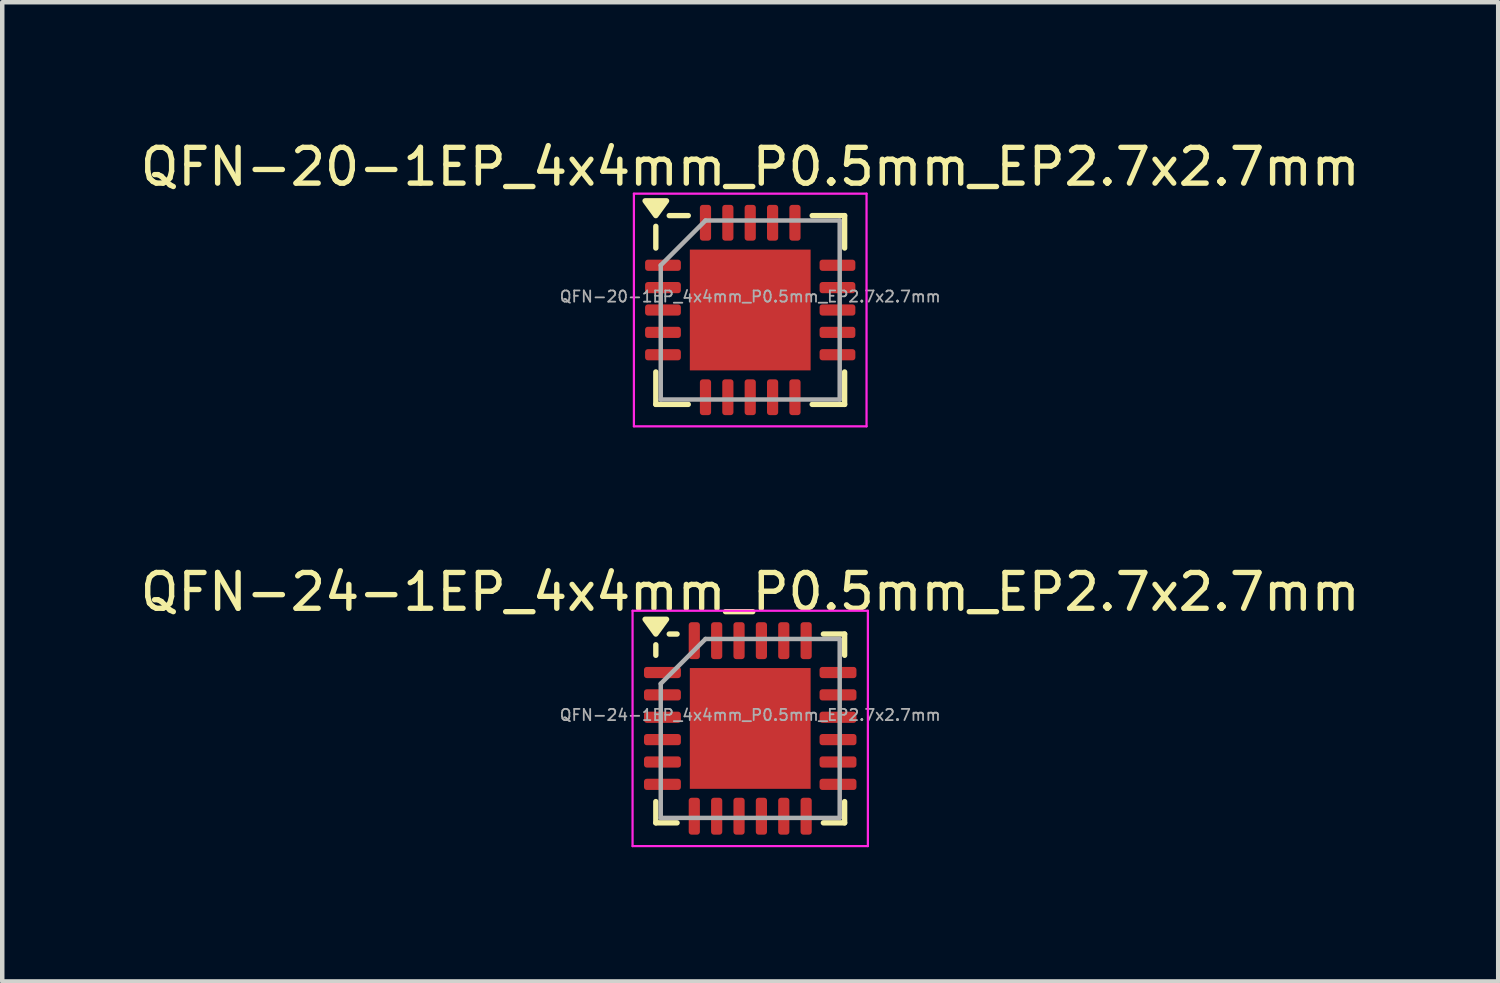
<source format=kicad_pcb>
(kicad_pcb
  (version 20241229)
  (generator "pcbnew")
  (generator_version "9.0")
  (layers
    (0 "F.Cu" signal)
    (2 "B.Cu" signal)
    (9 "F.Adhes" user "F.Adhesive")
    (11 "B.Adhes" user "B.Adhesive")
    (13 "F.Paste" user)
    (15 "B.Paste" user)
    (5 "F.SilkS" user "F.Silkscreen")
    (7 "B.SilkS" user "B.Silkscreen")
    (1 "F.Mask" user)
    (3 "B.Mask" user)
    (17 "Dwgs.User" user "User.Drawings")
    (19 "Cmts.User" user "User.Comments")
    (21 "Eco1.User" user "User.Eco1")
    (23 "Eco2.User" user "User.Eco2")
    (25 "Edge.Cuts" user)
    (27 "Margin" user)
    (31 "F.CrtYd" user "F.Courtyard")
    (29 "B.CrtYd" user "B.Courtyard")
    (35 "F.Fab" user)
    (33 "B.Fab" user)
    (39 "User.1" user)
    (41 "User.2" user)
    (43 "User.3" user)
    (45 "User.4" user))
  (footprint "QFN-24-1EP_4x4mm_P0.5mm_EP2.7x2.7mm"
    (layer "F.Cu")
    (at 13.719 13.232)
    (property "Reference" "QFN-24-1EP_4x4mm_P0.5mm_EP2.7x2.7mm" (at 0 -3.05 0) (layer "F.SilkS") (effects (font (size 0.8 0.8) (thickness 0.12))))
    (attr smd)
    (fp_line (start -2.11 -1.635) (end -2.11 -1.87) (stroke (width 0.12) (type solid)) (layer "F.SilkS"))
    (fp_line (start -2.11 2.11) (end -2.11 1.635) (stroke (width 0.12) (type solid)) (layer "F.SilkS"))
    (fp_line (start -1.635 -2.11) (end -1.81 -2.11) (stroke (width 0.12) (type solid)) (layer "F.SilkS"))
    (fp_line (start -1.635 2.11) (end -2.11 2.11) (stroke (width 0.12) (type solid)) (layer "F.SilkS"))
    (fp_line (start 1.635 -2.11) (end 2.11 -2.11) (stroke (width 0.12) (type solid)) (layer "F.SilkS"))
    (fp_line (start 1.635 2.11) (end 2.11 2.11) (stroke (width 0.12) (type solid)) (layer "F.SilkS"))
    (fp_line (start 2.11 -2.11) (end 2.11 -1.635) (stroke (width 0.12) (type solid)) (layer "F.SilkS"))
    (fp_line (start 2.11 2.11) (end 2.11 1.635) (stroke (width 0.12) (type solid)) (layer "F.SilkS"))
    (fp_poly (pts (xy -2.11 -2.11) (xy -2.35 -2.44) (xy -1.87 -2.44) (xy -2.11 -2.11)) (stroke (width 0.12) (type solid)) (fill yes) (layer "F.SilkS"))
    (fp_line (start -2.63 -2.63) (end -2.63 2.63) (stroke (width 0.05) (type solid)) (layer "F.CrtYd"))
    (fp_line (start -2.63 2.63) (end 2.63 2.63) (stroke (width 0.05) (type solid)) (layer "F.CrtYd"))
    (fp_line (start 2.63 -2.63) (end -2.63 -2.63) (stroke (width 0.05) (type solid)) (layer "F.CrtYd"))
    (fp_line (start 2.63 2.63) (end 2.63 -2.63) (stroke (width 0.05) (type solid)) (layer "F.CrtYd"))
    (fp_line (start -2 -1) (end -1 -2) (stroke (width 0.1) (type solid)) (layer "F.Fab"))
    (fp_line (start -2 2) (end -2 -1) (stroke (width 0.1) (type solid)) (layer "F.Fab"))
    (fp_line (start -1 -2) (end 2 -2) (stroke (width 0.1) (type solid)) (layer "F.Fab"))
    (fp_line (start 2 -2) (end 2 2) (stroke (width 0.1) (type solid)) (layer "F.Fab"))
    (fp_line (start 2 2) (end -2 2) (stroke (width 0.1) (type solid)) (layer "F.Fab"))
    (fp_text user "${REFERENCE}" (at 0 -0.3 0) (layer "F.Fab") (effects (font (size 0.25 0.25) (thickness 0.04))))
    (pad "" smd roundrect (at -0.675 -0.675) (size 1.09 1.09) (layers "F.Paste") (roundrect_rratio 0.229))
    (pad "" smd roundrect (at -0.675 0.675) (size 1.09 1.09) (layers "F.Paste") (roundrect_rratio 0.229))
    (pad "" smd roundrect (at 0.675 -0.675) (size 1.09 1.09) (layers "F.Paste") (roundrect_rratio 0.229))
    (pad "" smd roundrect (at 0.675 0.675) (size 1.09 1.09) (layers "F.Paste") (roundrect_rratio 0.229))
    (pad "1" smd roundrect (at -1.962 -1.25) (size 0.825 0.25) (layers "F.Cu" "F.Mask" "F.Paste") (roundrect_rratio 0.25))
    (pad "2" smd roundrect (at -1.962 -0.75) (size 0.825 0.25) (layers "F.Cu" "F.Mask" "F.Paste") (roundrect_rratio 0.25))
    (pad "3" smd roundrect (at -1.962 -0.25) (size 0.825 0.25) (layers "F.Cu" "F.Mask" "F.Paste") (roundrect_rratio 0.25))
    (pad "4" smd roundrect (at -1.962 0.25) (size 0.825 0.25) (layers "F.Cu" "F.Mask" "F.Paste") (roundrect_rratio 0.25))
    (pad "5" smd roundrect (at -1.962 0.75) (size 0.825 0.25) (layers "F.Cu" "F.Mask" "F.Paste") (roundrect_rratio 0.25))
    (pad "6" smd roundrect (at -1.962 1.25) (size 0.825 0.25) (layers "F.Cu" "F.Mask" "F.Paste") (roundrect_rratio 0.25))
    (pad "7" smd roundrect (at -1.25 1.962) (size 0.25 0.825) (layers "F.Cu" "F.Mask" "F.Paste") (roundrect_rratio 0.25))
    (pad "8" smd roundrect (at -0.75 1.962) (size 0.25 0.825) (layers "F.Cu" "F.Mask" "F.Paste") (roundrect_rratio 0.25))
    (pad "9" smd roundrect (at -0.25 1.962) (size 0.25 0.825) (layers "F.Cu" "F.Mask" "F.Paste") (roundrect_rratio 0.25))
    (pad "10" smd roundrect (at 0.25 1.962) (size 0.25 0.825) (layers "F.Cu" "F.Mask" "F.Paste") (roundrect_rratio 0.25))
    (pad "11" smd roundrect (at 0.75 1.962) (size 0.25 0.825) (layers "F.Cu" "F.Mask" "F.Paste") (roundrect_rratio 0.25))
    (pad "12" smd roundrect (at 1.25 1.962) (size 0.25 0.825) (layers "F.Cu" "F.Mask" "F.Paste") (roundrect_rratio 0.25))
    (pad "13" smd roundrect (at 1.962 1.25) (size 0.825 0.25) (layers "F.Cu" "F.Mask" "F.Paste") (roundrect_rratio 0.25))
    (pad "14" smd roundrect (at 1.962 0.75) (size 0.825 0.25) (layers "F.Cu" "F.Mask" "F.Paste") (roundrect_rratio 0.25))
    (pad "15" smd roundrect (at 1.962 0.25) (size 0.825 0.25) (layers "F.Cu" "F.Mask" "F.Paste") (roundrect_rratio 0.25))
    (pad "16" smd roundrect (at 1.962 -0.25) (size 0.825 0.25) (layers "F.Cu" "F.Mask" "F.Paste") (roundrect_rratio 0.25))
    (pad "17" smd roundrect (at 1.962 -0.75) (size 0.825 0.25) (layers "F.Cu" "F.Mask" "F.Paste") (roundrect_rratio 0.25))
    (pad "18" smd roundrect (at 1.962 -1.25) (size 0.825 0.25) (layers "F.Cu" "F.Mask" "F.Paste") (roundrect_rratio 0.25))
    (pad "19" smd roundrect (at 1.25 -1.962) (size 0.25 0.825) (layers "F.Cu" "F.Mask" "F.Paste") (roundrect_rratio 0.25))
    (pad "20" smd roundrect (at 0.75 -1.962) (size 0.25 0.825) (layers "F.Cu" "F.Mask" "F.Paste") (roundrect_rratio 0.25))
    (pad "21" smd roundrect (at 0.25 -1.962) (size 0.25 0.825) (layers "F.Cu" "F.Mask" "F.Paste") (roundrect_rratio 0.25))
    (pad "22" smd roundrect (at -0.25 -1.962) (size 0.25 0.825) (layers "F.Cu" "F.Mask" "F.Paste") (roundrect_rratio 0.25))
    (pad "23" smd roundrect (at -0.75 -1.962) (size 0.25 0.825) (layers "F.Cu" "F.Mask" "F.Paste") (roundrect_rratio 0.25))
    (pad "24" smd roundrect (at -1.25 -1.962) (size 0.25 0.825) (layers "F.Cu" "F.Mask" "F.Paste") (roundrect_rratio 0.25))
    (pad "25" smd rect (at 0 0) (size 2.7 2.7) (property pad_prop_heatsink) (layers "F.Cu" "F.Mask")))
  (footprint "QFN-20-1EP_4x4mm_P0.5mm_EP2.7x2.7mm"
    (layer "F.Cu")
    (at 13.719 3.879)
    (property "Reference" "QFN-20-1EP_4x4mm_P0.5mm_EP2.7x2.7mm" (at 0 -3.2 0) (layer "F.SilkS") (effects (font (size 0.8 0.8) (thickness 0.12))))
    (attr smd)
    (fp_line (start -2.11 -1.385) (end -2.11 -1.87) (stroke (width 0.12) (type solid)) (layer "F.SilkS"))
    (fp_line (start -2.11 2.11) (end -2.11 1.385) (stroke (width 0.12) (type solid)) (layer "F.SilkS"))
    (fp_line (start -1.385 -2.11) (end -1.81 -2.11) (stroke (width 0.12) (type solid)) (layer "F.SilkS"))
    (fp_line (start -1.385 2.11) (end -2.11 2.11) (stroke (width 0.12) (type solid)) (layer "F.SilkS"))
    (fp_line (start 1.385 -2.11) (end 2.11 -2.11) (stroke (width 0.12) (type solid)) (layer "F.SilkS"))
    (fp_line (start 1.385 2.11) (end 2.11 2.11) (stroke (width 0.12) (type solid)) (layer "F.SilkS"))
    (fp_line (start 2.11 -2.11) (end 2.11 -1.385) (stroke (width 0.12) (type solid)) (layer "F.SilkS"))
    (fp_line (start 2.11 2.11) (end 2.11 1.385) (stroke (width 0.12) (type solid)) (layer "F.SilkS"))
    (fp_poly (pts (xy -2.11 -2.11) (xy -2.35 -2.44) (xy -1.87 -2.44) (xy -2.11 -2.11)) (stroke (width 0.12) (type solid)) (fill yes) (layer "F.SilkS"))
    (fp_line (start -2.6 -2.6) (end -2.6 2.6) (stroke (width 0.05) (type solid)) (layer "F.CrtYd"))
    (fp_line (start -2.6 2.6) (end 2.6 2.6) (stroke (width 0.05) (type solid)) (layer "F.CrtYd"))
    (fp_line (start 2.6 -2.6) (end -2.6 -2.6) (stroke (width 0.05) (type solid)) (layer "F.CrtYd"))
    (fp_line (start 2.6 2.6) (end 2.6 -2.6) (stroke (width 0.05) (type solid)) (layer "F.CrtYd"))
    (fp_line (start -2 -1) (end -1 -2) (stroke (width 0.1) (type solid)) (layer "F.Fab"))
    (fp_line (start -2 2) (end -2 -1) (stroke (width 0.1) (type solid)) (layer "F.Fab"))
    (fp_line (start -1 -2) (end 2 -2) (stroke (width 0.1) (type solid)) (layer "F.Fab"))
    (fp_line (start 2 -2) (end 2 2) (stroke (width 0.1) (type solid)) (layer "F.Fab"))
    (fp_line (start 2 2) (end -2 2) (stroke (width 0.1) (type solid)) (layer "F.Fab"))
    (fp_text user "${REFERENCE}" (at 0 -0.3 0) (layer "F.Fab") (effects (font (size 0.25 0.25) (thickness 0.04))))
    (pad "" smd roundrect (at -0.675 -0.675) (size 1.09 1.09) (layers "F.Paste") (roundrect_rratio 0.229))
    (pad "" smd roundrect (at -0.675 0.675) (size 1.09 1.09) (layers "F.Paste") (roundrect_rratio 0.229))
    (pad "" smd roundrect (at 0.675 -0.675) (size 1.09 1.09) (layers "F.Paste") (roundrect_rratio 0.229))
    (pad "" smd roundrect (at 0.675 0.675) (size 1.09 1.09) (layers "F.Paste") (roundrect_rratio 0.229))
    (pad "1" smd roundrect (at -1.95 -1) (size 0.8 0.25) (layers "F.Cu" "F.Mask" "F.Paste") (roundrect_rratio 0.25))
    (pad "2" smd roundrect (at -1.95 -0.5) (size 0.8 0.25) (layers "F.Cu" "F.Mask" "F.Paste") (roundrect_rratio 0.25))
    (pad "3" smd roundrect (at -1.95 0) (size 0.8 0.25) (layers "F.Cu" "F.Mask" "F.Paste") (roundrect_rratio 0.25))
    (pad "4" smd roundrect (at -1.95 0.5) (size 0.8 0.25) (layers "F.Cu" "F.Mask" "F.Paste") (roundrect_rratio 0.25))
    (pad "5" smd roundrect (at -1.95 1) (size 0.8 0.25) (layers "F.Cu" "F.Mask" "F.Paste") (roundrect_rratio 0.25))
    (pad "6" smd roundrect (at -1 1.95) (size 0.25 0.8) (layers "F.Cu" "F.Mask" "F.Paste") (roundrect_rratio 0.25))
    (pad "7" smd roundrect (at -0.5 1.95) (size 0.25 0.8) (layers "F.Cu" "F.Mask" "F.Paste") (roundrect_rratio 0.25))
    (pad "8" smd roundrect (at 0 1.95) (size 0.25 0.8) (layers "F.Cu" "F.Mask" "F.Paste") (roundrect_rratio 0.25))
    (pad "9" smd roundrect (at 0.5 1.95) (size 0.25 0.8) (layers "F.Cu" "F.Mask" "F.Paste") (roundrect_rratio 0.25))
    (pad "10" smd roundrect (at 1 1.95) (size 0.25 0.8) (layers "F.Cu" "F.Mask" "F.Paste") (roundrect_rratio 0.25))
    (pad "11" smd roundrect (at 1.95 1) (size 0.8 0.25) (layers "F.Cu" "F.Mask" "F.Paste") (roundrect_rratio 0.25))
    (pad "12" smd roundrect (at 1.95 0.5) (size 0.8 0.25) (layers "F.Cu" "F.Mask" "F.Paste") (roundrect_rratio 0.25))
    (pad "13" smd roundrect (at 1.95 0) (size 0.8 0.25) (layers "F.Cu" "F.Mask" "F.Paste") (roundrect_rratio 0.25))
    (pad "14" smd roundrect (at 1.95 -0.5) (size 0.8 0.25) (layers "F.Cu" "F.Mask" "F.Paste") (roundrect_rratio 0.25))
    (pad "15" smd roundrect (at 1.95 -1) (size 0.8 0.25) (layers "F.Cu" "F.Mask" "F.Paste") (roundrect_rratio 0.25))
    (pad "16" smd roundrect (at 1 -1.95) (size 0.25 0.8) (layers "F.Cu" "F.Mask" "F.Paste") (roundrect_rratio 0.25))
    (pad "17" smd roundrect (at 0.5 -1.95) (size 0.25 0.8) (layers "F.Cu" "F.Mask" "F.Paste") (roundrect_rratio 0.25))
    (pad "18" smd roundrect (at 0 -1.95) (size 0.25 0.8) (layers "F.Cu" "F.Mask" "F.Paste") (roundrect_rratio 0.25))
    (pad "19" smd roundrect (at -0.5 -1.95) (size 0.25 0.8) (layers "F.Cu" "F.Mask" "F.Paste") (roundrect_rratio 0.25))
    (pad "20" smd roundrect (at -1 -1.95) (size 0.25 0.8) (layers "F.Cu" "F.Mask" "F.Paste") (roundrect_rratio 0.25))
    (pad "21" smd rect (at 0 0) (size 2.7 2.7) (property pad_prop_heatsink) (layers "F.Cu" "F.Mask")))
  (gr_rect
    (start -3 -3)
    (end 30.438 18.887)
    (stroke (width 0.1) (type default))
    (fill no)
    (layer "Edge.Cuts")))
</source>
